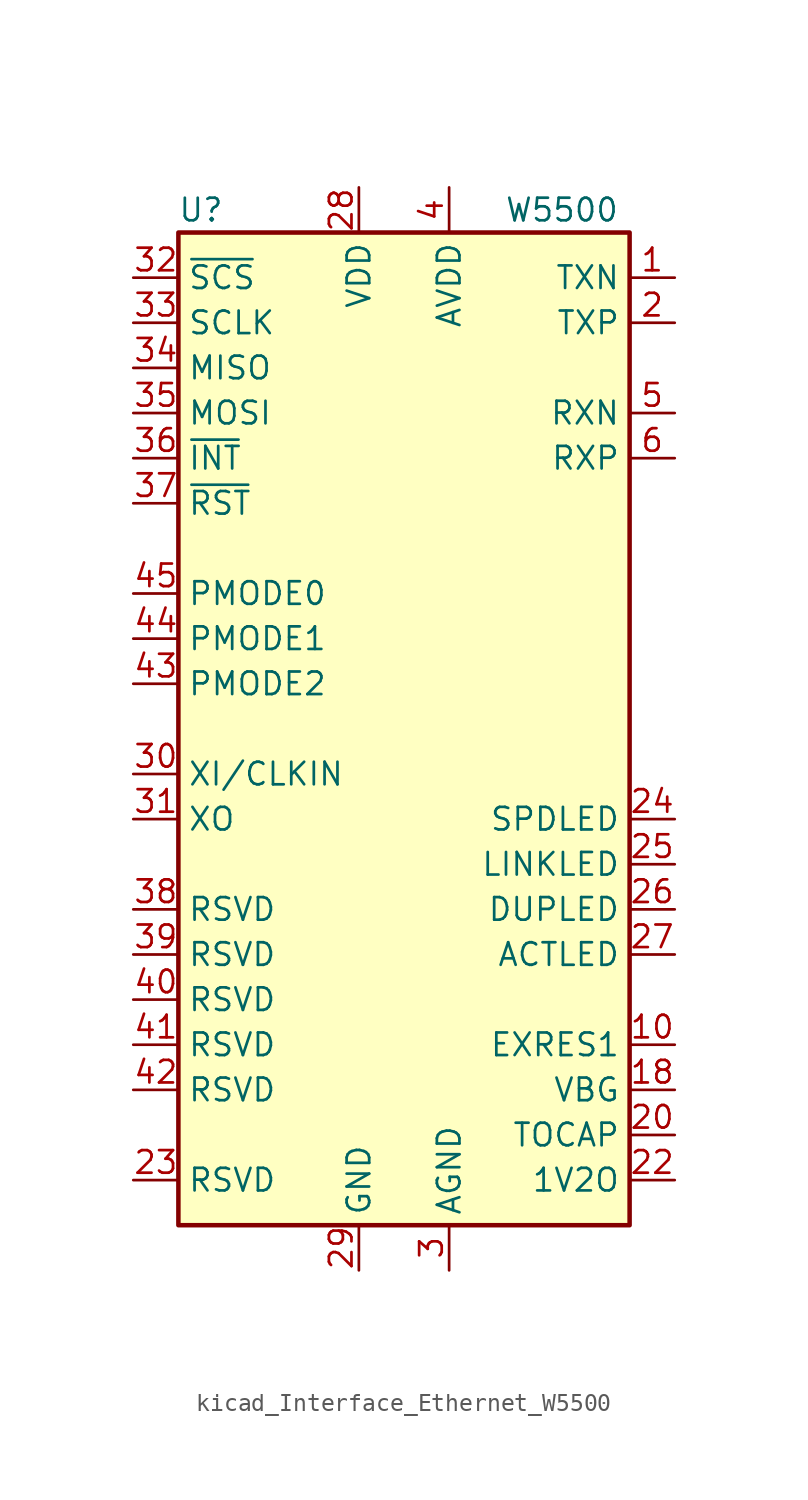
<source format=kicad_sym>
(kicad_symbol_lib
  (version 20220914)
  (generator kicad_symbol_editor)
  (symbol "kicad_Interface_Ethernet_W5500"
    (property "Reference" "U"
      (at -11.43 29.21 0)
      (effects (font (size 1.27 1.27))))
    (property "Value" "W5500"
      (at 8.89 29.21 0)
      (effects (font (size 1.27 1.27))))
    (symbol "kicad_Interface_Ethernet_W5500_0_1"
      (rectangle (start -12.7 27.94) (end 12.7 -27.94) (stroke (width 0.254) (type default)) (fill (type background))))
    (symbol "kicad_Interface_Ethernet_W5500_1_1"
      (pin output line (at 15.24 25.4 180) (length 2.54) (name "TXN" (effects (font (size 1.27 1.27)))) (number "1" (effects (font (size 1.27 1.27)))))
      (pin passive line (at 15.24 -17.78 180) (length 2.54) (name "EXRES1" (effects (font (size 1.27 1.27)))) (number "10" (effects (font (size 1.27 1.27)))))
      (pin passive line (at 2.54 30.48 270) (length 2.54) hide (name "AVDD" (effects (font (size 1.27 1.27)))) (number "11" (effects (font (size 1.27 1.27)))))
      (pin no_connect line (at 12.7 7.62 180) (length 2.54) hide (name "NC" (effects (font (size 1.27 1.27)))) (number "12" (effects (font (size 1.27 1.27)))))
      (pin no_connect line (at 12.7 5.08 180) (length 2.54) hide (name "NC" (effects (font (size 1.27 1.27)))) (number "13" (effects (font (size 1.27 1.27)))))
      (pin passive line (at 2.54 -30.48 90) (length 2.54) hide (name "AGND" (effects (font (size 1.27 1.27)))) (number "14" (effects (font (size 1.27 1.27)))))
      (pin passive line (at 2.54 30.48 270) (length 2.54) hide (name "AVDD" (effects (font (size 1.27 1.27)))) (number "15" (effects (font (size 1.27 1.27)))))
      (pin passive line (at 2.54 -30.48 90) (length 2.54) hide (name "AGND" (effects (font (size 1.27 1.27)))) (number "16" (effects (font (size 1.27 1.27)))))
      (pin passive line (at 2.54 30.48 270) (length 2.54) hide (name "AVDD" (effects (font (size 1.27 1.27)))) (number "17" (effects (font (size 1.27 1.27)))))
      (pin passive line (at 15.24 -20.32 180) (length 2.54) (name "VBG" (effects (font (size 1.27 1.27)))) (number "18" (effects (font (size 1.27 1.27)))))
      (pin passive line (at 2.54 -30.48 90) (length 2.54) hide (name "AGND" (effects (font (size 1.27 1.27)))) (number "19" (effects (font (size 1.27 1.27)))))
      (pin output line (at 15.24 22.86 180) (length 2.54) (name "TXP" (effects (font (size 1.27 1.27)))) (number "2" (effects (font (size 1.27 1.27)))))
      (pin passive line (at 15.24 -22.86 180) (length 2.54) (name "TOCAP" (effects (font (size 1.27 1.27)))) (number "20" (effects (font (size 1.27 1.27)))))
      (pin passive line (at 2.54 30.48 270) (length 2.54) hide (name "AVDD" (effects (font (size 1.27 1.27)))) (number "21" (effects (font (size 1.27 1.27)))))
      (pin output line (at 15.24 -25.4 180) (length 2.54) (name "1V2O" (effects (font (size 1.27 1.27)))) (number "22" (effects (font (size 1.27 1.27)))))
      (pin input line (at -15.24 -25.4 0) (length 2.54) (name "RSVD" (effects (font (size 1.27 1.27)))) (number "23" (effects (font (size 1.27 1.27)))))
      (pin output line (at 15.24 -5.08 180) (length 2.54) (name "SPDLED" (effects (font (size 1.27 1.27)))) (number "24" (effects (font (size 1.27 1.27)))))
      (pin output line (at 15.24 -7.62 180) (length 2.54) (name "LINKLED" (effects (font (size 1.27 1.27)))) (number "25" (effects (font (size 1.27 1.27)))))
      (pin output line (at 15.24 -10.16 180) (length 2.54) (name "DUPLED" (effects (font (size 1.27 1.27)))) (number "26" (effects (font (size 1.27 1.27)))))
      (pin output line (at 15.24 -12.7 180) (length 2.54) (name "ACTLED" (effects (font (size 1.27 1.27)))) (number "27" (effects (font (size 1.27 1.27)))))
      (pin power_in line (at -2.54 30.48 270) (length 2.54) (name "VDD" (effects (font (size 1.27 1.27)))) (number "28" (effects (font (size 1.27 1.27)))))
      (pin power_in line (at -2.54 -30.48 90) (length 2.54) (name "GND" (effects (font (size 1.27 1.27)))) (number "29" (effects (font (size 1.27 1.27)))))
      (pin power_in line (at 2.54 -30.48 90) (length 2.54) (name "AGND" (effects (font (size 1.27 1.27)))) (number "3" (effects (font (size 1.27 1.27)))))
      (pin input line (at -15.24 -2.54 0) (length 2.54) (name "XI/CLKIN" (effects (font (size 1.27 1.27)))) (number "30" (effects (font (size 1.27 1.27)))))
      (pin output line (at -15.24 -5.08 0) (length 2.54) (name "XO" (effects (font (size 1.27 1.27)))) (number "31" (effects (font (size 1.27 1.27)))))
      (pin input line (at -15.24 25.4 0) (length 2.54) (name "~{SCS}" (effects (font (size 1.27 1.27)))) (number "32" (effects (font (size 1.27 1.27)))))
      (pin input line (at -15.24 22.86 0) (length 2.54) (name "SCLK" (effects (font (size 1.27 1.27)))) (number "33" (effects (font (size 1.27 1.27)))))
      (pin output line (at -15.24 20.32 0) (length 2.54) (name "MISO" (effects (font (size 1.27 1.27)))) (number "34" (effects (font (size 1.27 1.27)))))
      (pin input line (at -15.24 17.78 0) (length 2.54) (name "MOSI" (effects (font (size 1.27 1.27)))) (number "35" (effects (font (size 1.27 1.27)))))
      (pin input line (at -15.24 15.24 0) (length 2.54) (name "~{INT}" (effects (font (size 1.27 1.27)))) (number "36" (effects (font (size 1.27 1.27)))))
      (pin input line (at -15.24 12.7 0) (length 2.54) (name "~{RST}" (effects (font (size 1.27 1.27)))) (number "37" (effects (font (size 1.27 1.27)))))
      (pin input line (at -15.24 -10.16 0) (length 2.54) (name "RSVD" (effects (font (size 1.27 1.27)))) (number "38" (effects (font (size 1.27 1.27)))))
      (pin input line (at -15.24 -12.7 0) (length 2.54) (name "RSVD" (effects (font (size 1.27 1.27)))) (number "39" (effects (font (size 1.27 1.27)))))
      (pin power_in line (at 2.54 30.48 270) (length 2.54) (name "AVDD" (effects (font (size 1.27 1.27)))) (number "4" (effects (font (size 1.27 1.27)))))
      (pin input line (at -15.24 -15.24 0) (length 2.54) (name "RSVD" (effects (font (size 1.27 1.27)))) (number "40" (effects (font (size 1.27 1.27)))))
      (pin input line (at -15.24 -17.78 0) (length 2.54) (name "RSVD" (effects (font (size 1.27 1.27)))) (number "41" (effects (font (size 1.27 1.27)))))
      (pin input line (at -15.24 -20.32 0) (length 2.54) (name "RSVD" (effects (font (size 1.27 1.27)))) (number "42" (effects (font (size 1.27 1.27)))))
      (pin input line (at -15.24 2.54 0) (length 2.54) (name "PMODE2" (effects (font (size 1.27 1.27)))) (number "43" (effects (font (size 1.27 1.27)))))
      (pin input line (at -15.24 5.08 0) (length 2.54) (name "PMODE1" (effects (font (size 1.27 1.27)))) (number "44" (effects (font (size 1.27 1.27)))))
      (pin input line (at -15.24 7.62 0) (length 2.54) (name "PMODE0" (effects (font (size 1.27 1.27)))) (number "45" (effects (font (size 1.27 1.27)))))
      (pin no_connect line (at 12.7 2.54 180) (length 2.54) hide (name "NC" (effects (font (size 1.27 1.27)))) (number "46" (effects (font (size 1.27 1.27)))))
      (pin no_connect line (at 12.7 0 180) (length 2.54) hide (name "NC" (effects (font (size 1.27 1.27)))) (number "47" (effects (font (size 1.27 1.27)))))
      (pin passive line (at 2.54 -30.48 90) (length 2.54) hide (name "AGND" (effects (font (size 1.27 1.27)))) (number "48" (effects (font (size 1.27 1.27)))))
      (pin input line (at 15.24 17.78 180) (length 2.54) (name "RXN" (effects (font (size 1.27 1.27)))) (number "5" (effects (font (size 1.27 1.27)))))
      (pin input line (at 15.24 15.24 180) (length 2.54) (name "RXP" (effects (font (size 1.27 1.27)))) (number "6" (effects (font (size 1.27 1.27)))))
      (pin no_connect line (at 12.7 10.16 180) (length 2.54) hide (name "DNC" (effects (font (size 1.27 1.27)))) (number "7" (effects (font (size 1.27 1.27)))))
      (pin passive line (at 2.54 30.48 270) (length 2.54) hide (name "AVDD" (effects (font (size 1.27 1.27)))) (number "8" (effects (font (size 1.27 1.27)))))
      (pin passive line (at 2.54 -30.48 90) (length 2.54) hide (name "AGND" (effects (font (size 1.27 1.27)))) (number "9" (effects (font (size 1.27 1.27))))))))
</source>
